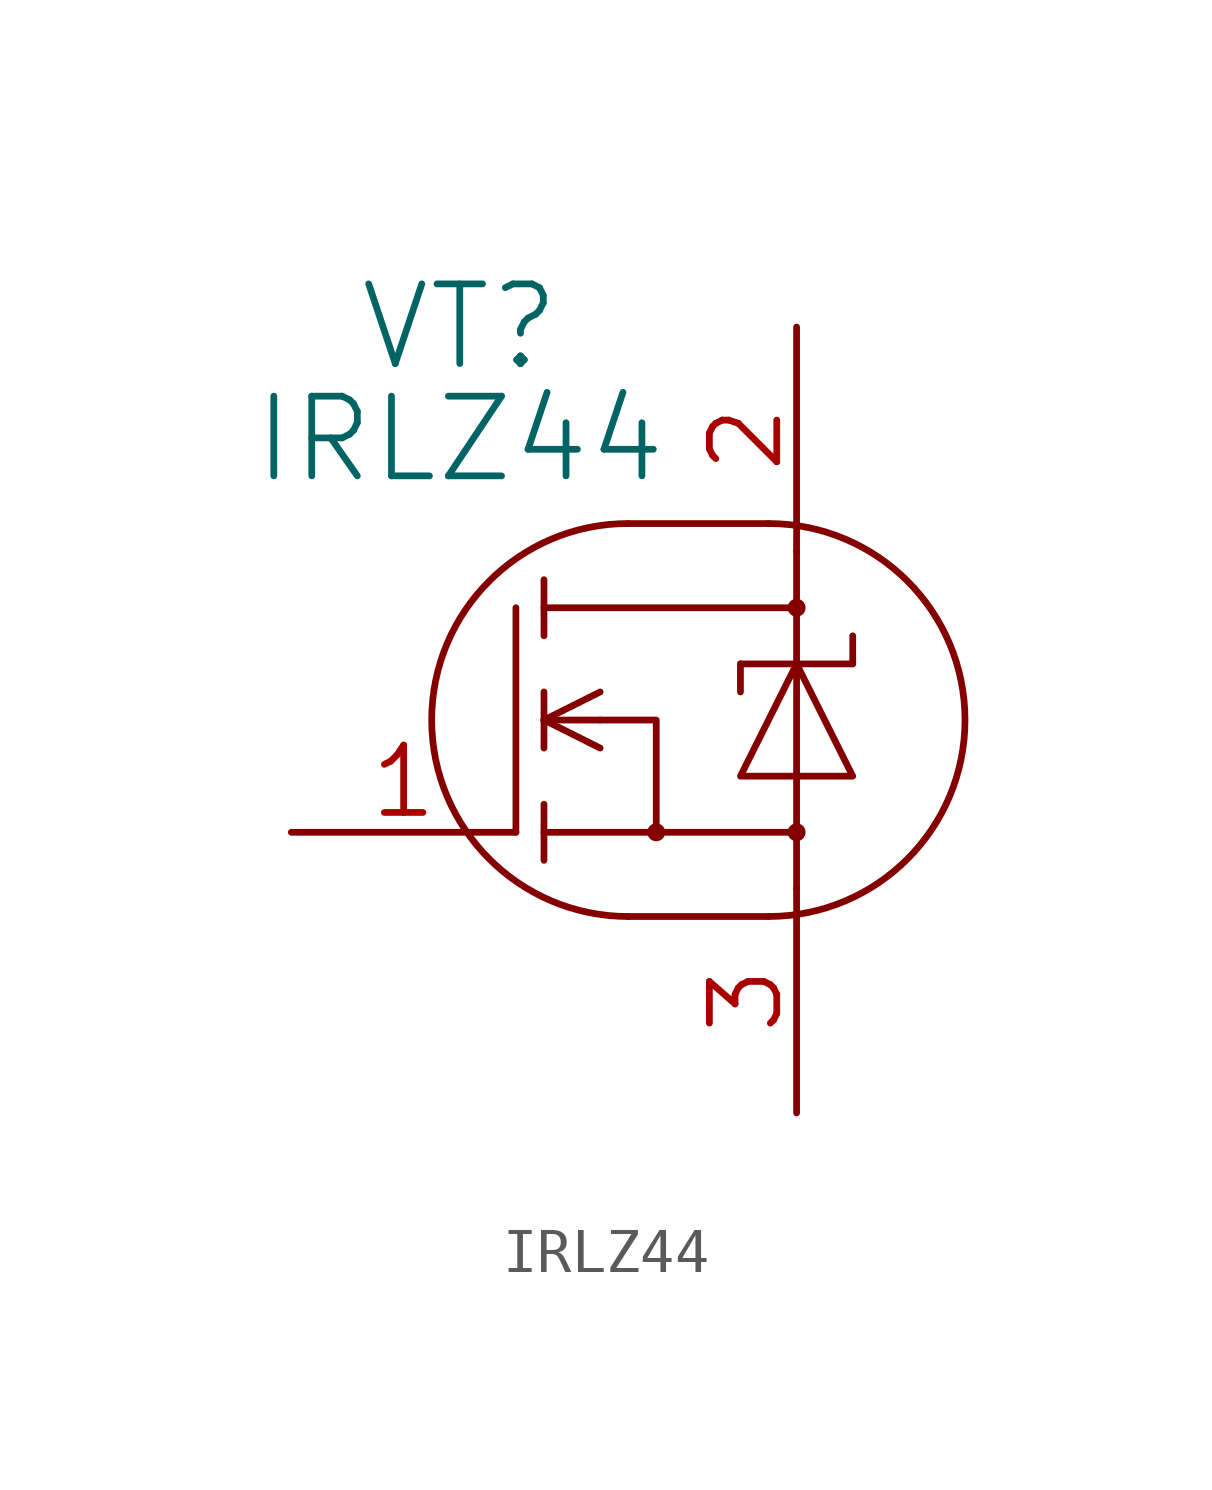
<source format=kicad_sym>
(kicad_symbol_lib
  (version 20211014)
  (generator kicad_symbol_editor)
  (symbol "IRLZ44"
    (property "Reference" "VT"
      (at 3.81 11.43 0)
      (effects (font (size 1.803 1.803))))
    (property "Value" "IRLZ44"
      (at 3.81 8.89 0)
      (effects (font (size 1.803 1.803))))
    (property "Footprint" ""
      (at 0 0 0)
      (effects (font (size 1.524 1.524))))
    (property "Datasheet" ""
      (at 0 0 0)
      (effects (font (size 1.524 1.524))))
    (symbol "IRLZ44_0_0"
      (pin input line (at 0 0 0) (length 5.08) (name "~" (effects (font (size 1.524 1.524)))) (number "1" (effects (font (size 1.524 1.524)))))
      (pin input line (at 11.43 11.43 270) (length 5.08) (name "~" (effects (font (size 1.524 1.524)))) (number "2" (effects (font (size 1.524 1.524)))))
      (pin input line (at 11.43 -6.35 90) (length 5.08) (name "~" (effects (font (size 1.524 1.524)))) (number "3" (effects (font (size 1.524 1.524))))))
    (symbol "IRLZ44_0_1"
      (polyline (pts (xy 5.08 5.08) (xy 5.08 0)) (stroke (width 0) (type default) (color 0 0 0 0)) (fill (type none)))
      (polyline (pts (xy 5.715 0) (xy 11.43 0)) (stroke (width 0) (type default) (color 0 0 0 0)) (fill (type none)))
      (polyline (pts (xy 5.715 0.635) (xy 5.715 -0.635)) (stroke (width 0) (type default) (color 0 0 0 0)) (fill (type none)))
      (polyline (pts (xy 5.715 2.54) (xy 6.985 1.905)) (stroke (width 0) (type default) (color 0 0 0 0)) (fill (type none)))
      (polyline (pts (xy 5.715 2.54) (xy 6.985 2.54)) (stroke (width 0) (type default) (color 0 0 0 0)) (fill (type none)))
      (polyline (pts (xy 5.715 2.54) (xy 6.985 3.175)) (stroke (width 0) (type default) (color 0 0 0 0)) (fill (type none)))
      (polyline (pts (xy 5.715 3.175) (xy 5.715 1.905)) (stroke (width 0) (type default) (color 0 0 0 0)) (fill (type none)))
      (polyline (pts (xy 5.715 5.715) (xy 5.715 4.445)) (stroke (width 0) (type default) (color 0 0 0 0)) (fill (type none)))
      (polyline (pts (xy 7.62 -1.905) (xy 10.795 -1.905)) (stroke (width 0) (type default) (color 0 0 0 0)) (fill (type none)))
      (polyline (pts (xy 7.62 6.985) (xy 10.795 6.985)) (stroke (width 0) (type default) (color 0 0 0 0)) (fill (type none)))
      (polyline (pts (xy 10.16 3.81) (xy 10.16 3.175)) (stroke (width 0) (type default) (color 0 0 0 0)) (fill (type none)))
      (polyline (pts (xy 10.16 3.81) (xy 12.7 3.81)) (stroke (width 0) (type default) (color 0 0 0 0)) (fill (type none)))
      (polyline (pts (xy 11.43 -1.27) (xy 11.43 0)) (stroke (width 0) (type default) (color 0 0 0 0)) (fill (type none)))
      (polyline (pts (xy 11.43 5.08) (xy 11.43 6.35)) (stroke (width 0) (type default) (color 0 0 0 0)) (fill (type none)))
      (polyline (pts (xy 12.7 3.81) (xy 12.7 4.445)) (stroke (width 0) (type default) (color 0 0 0 0)) (fill (type none)))
      (polyline (pts (xy 5.715 5.08) (xy 11.43 5.08) (xy 11.43 5.08)) (stroke (width 0) (type default) (color 0 0 0 0)) (fill (type none)))
      (polyline (pts (xy 6.985 2.54) (xy 8.255 2.54) (xy 8.255 0)) (stroke (width 0) (type default) (color 0 0 0 0)) (fill (type none)))
      (polyline (pts (xy 11.43 5.08) (xy 11.43 0) (xy 11.43 0)) (stroke (width 0) (type default) (color 0 0 0 0)) (fill (type none)))
      (polyline (pts (xy 11.43 3.81) (xy 10.16 1.27) (xy 12.7 1.27) (xy 11.43 3.81)) (stroke (width 0) (type default) (color 0 0 0 0)) (fill (type none)))
      (arc (start 7.62 6.985) (mid 3.175 2.54) (end 7.62 -1.905) (stroke (width 0) (type default) (color 0 0 0 0)) (fill (type none)))
      (circle (center 8.255 0) (radius 0.127) (stroke (width 0) (type default) (color 0 0 0 0)) (fill (type background)))
      (arc (start 10.795 -1.905) (mid 15.24 2.54) (end 10.795 6.985) (stroke (width 0) (type default) (color 0 0 0 0)) (fill (type none)))
      (circle (center 11.43 0) (radius 0.127) (stroke (width 0) (type default) (color 0 0 0 0)) (fill (type background)))
      (circle (center 11.43 5.08) (radius 0.127) (stroke (width 0) (type default) (color 0 0 0 0)) (fill (type background))))))
</source>
